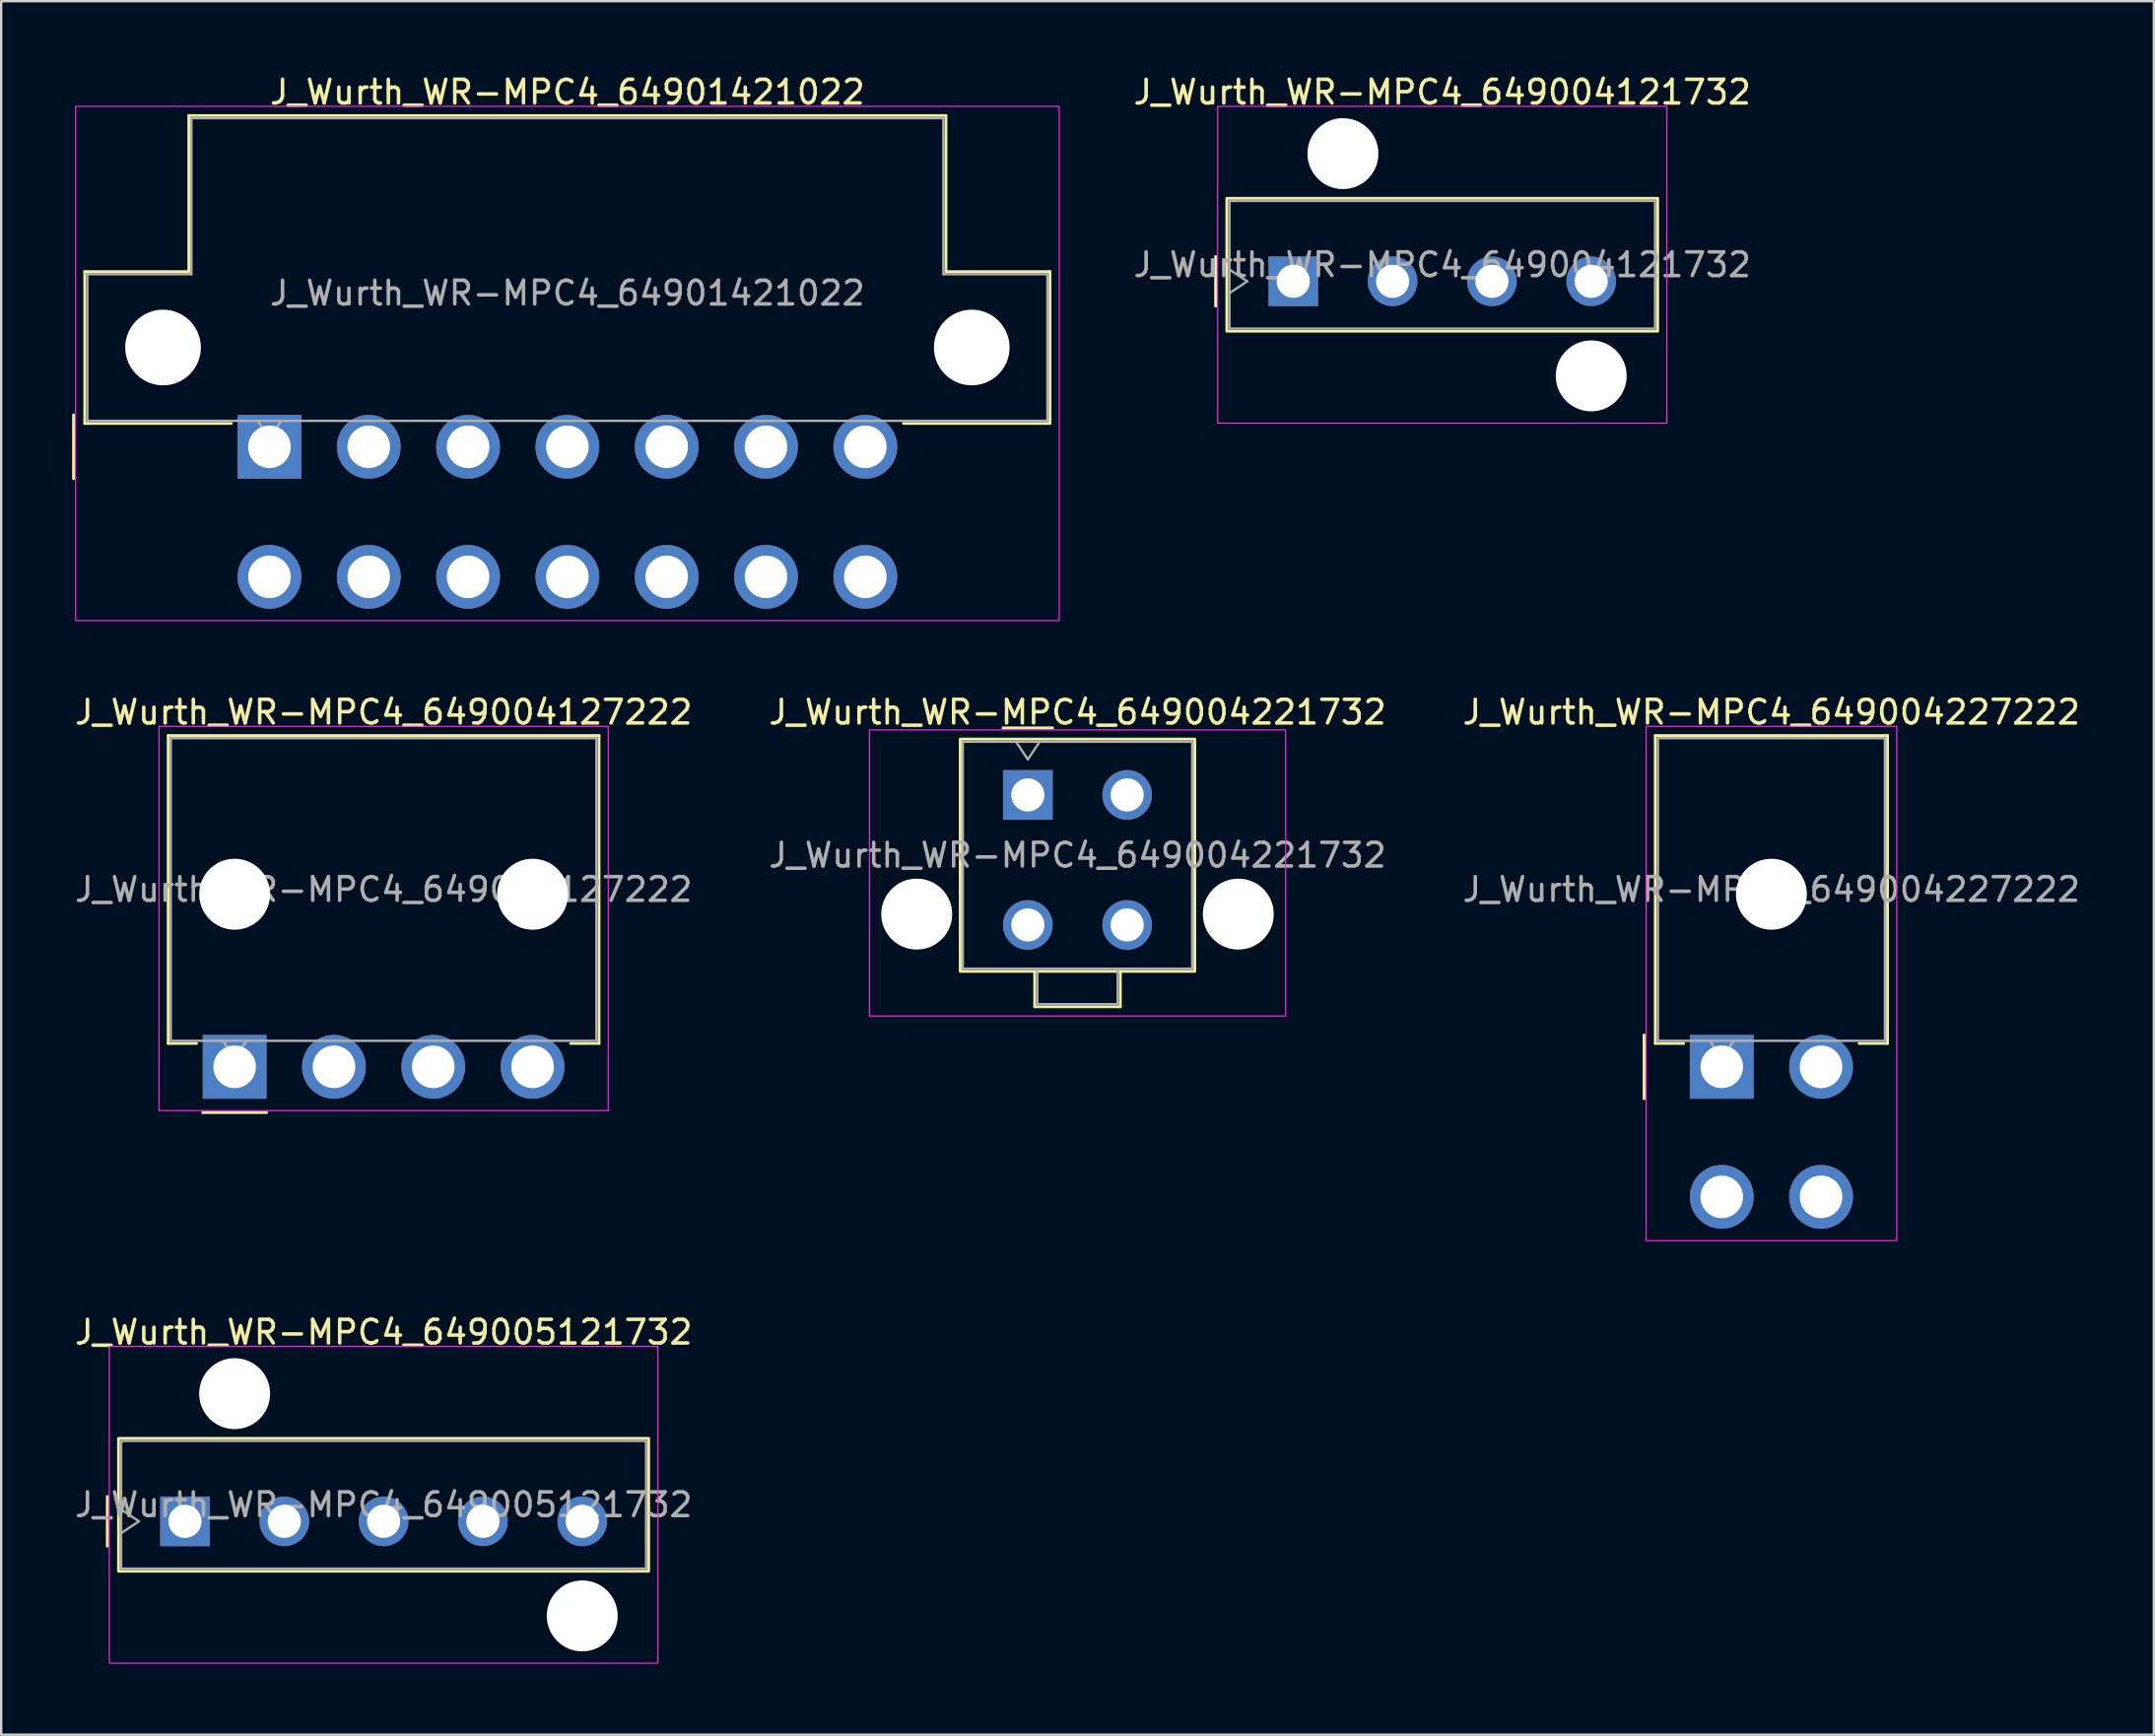
<source format=kicad_pcb>
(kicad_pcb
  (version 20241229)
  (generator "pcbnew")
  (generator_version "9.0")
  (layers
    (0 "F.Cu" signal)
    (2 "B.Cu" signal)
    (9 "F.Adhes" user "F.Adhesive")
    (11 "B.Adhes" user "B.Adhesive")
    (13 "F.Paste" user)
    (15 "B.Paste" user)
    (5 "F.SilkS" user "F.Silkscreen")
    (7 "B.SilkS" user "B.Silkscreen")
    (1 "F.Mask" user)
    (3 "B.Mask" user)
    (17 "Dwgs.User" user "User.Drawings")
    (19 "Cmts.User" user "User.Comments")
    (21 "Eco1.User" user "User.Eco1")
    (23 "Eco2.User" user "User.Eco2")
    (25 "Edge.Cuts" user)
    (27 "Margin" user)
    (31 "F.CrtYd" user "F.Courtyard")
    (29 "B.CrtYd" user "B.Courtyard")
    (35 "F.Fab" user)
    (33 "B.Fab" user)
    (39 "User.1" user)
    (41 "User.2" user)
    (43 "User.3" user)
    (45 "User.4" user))
  (footprint "J_Wurth_WR-MPC4_64901421022"
    (layer "F.Cu")
    (at 8.345 15.848)
    (property "Reference" "J_Wurth_WR-MPC4_64901421022" (at 12.6 -15 0) (unlocked yes) (layer "F.SilkS") (effects (font (size 1 1) (thickness 0.15))))
    (attr through_hole)
    (fp_line (start -8.285 -1.35) (end -8.285 1.35) (stroke (width 0.12) (type solid)) (layer "F.SilkS"))
    (fp_line (start -7.81 -7.41) (end -3.41 -7.41) (stroke (width 0.12) (type default)) (layer "F.SilkS"))
    (fp_line (start -7.81 -0.99) (end -7.81 -7.41) (stroke (width 0.12) (type default)) (layer "F.SilkS"))
    (fp_line (start -7.81 -0.99) (end -1.61 -0.99) (stroke (width 0.12) (type solid)) (layer "F.SilkS"))
    (fp_line (start -3.41 -14.01) (end -3.41 -7.41) (stroke (width 0.12) (type solid)) (layer "F.SilkS"))
    (fp_line (start 26.81 -0.99) (end 33.01 -0.99) (stroke (width 0.12) (type solid)) (layer "F.SilkS"))
    (fp_line (start 28.61 -14.01) (end -3.41 -14.01) (stroke (width 0.12) (type solid)) (layer "F.SilkS"))
    (fp_line (start 28.61 -7.41) (end 28.61 -14.01) (stroke (width 0.12) (type solid)) (layer "F.SilkS"))
    (fp_line (start 33.01 -7.41) (end 28.61 -7.41) (stroke (width 0.12) (type default)) (layer "F.SilkS"))
    (fp_line (start 33.01 -0.99) (end 33.01 -7.41) (stroke (width 0.12) (type default)) (layer "F.SilkS"))
    (fp_rect (start -8.2 -14.4) (end 33.4 7.35) (stroke (width 0.05) (type solid)) (fill no) (layer "F.CrtYd"))
    (fp_line (start -7.7 -1.1) (end -7.7 -7.3) (stroke (width 0.1) (type default)) (layer "F.Fab"))
    (fp_line (start -7.7 -1.1) (end 32.9 -1.1) (stroke (width 0.1) (type solid)) (layer "F.Fab"))
    (fp_line (start -3.3 -13.9) (end -3.3 -7.3) (stroke (width 0.1) (type solid)) (layer "F.Fab"))
    (fp_line (start -3.3 -7.3) (end -7.7 -7.3) (stroke (width 0.1) (type default)) (layer "F.Fab"))
    (fp_line (start 0 -0.35) (end -0.5 -1.1) (stroke (width 0.1) (type solid)) (layer "F.Fab"))
    (fp_line (start 0 -0.35) (end 0.5 -1.1) (stroke (width 0.1) (type solid)) (layer "F.Fab"))
    (fp_line (start 28.5 -13.9) (end -3.3 -13.9) (stroke (width 0.1) (type default)) (layer "F.Fab"))
    (fp_line (start 28.5 -7.3) (end 28.5 -13.9) (stroke (width 0.1) (type solid)) (layer "F.Fab"))
    (fp_line (start 28.5 -7.3) (end 32.9 -7.3) (stroke (width 0.1) (type default)) (layer "F.Fab"))
    (fp_line (start 32.9 -1.1) (end 32.9 -7.3) (stroke (width 0.1) (type default)) (layer "F.Fab"))
    (fp_text user "${REFERENCE}" (at 12.6 -6.5 0) (unlocked yes) (layer "F.Fab") (effects (font (size 1 1) (thickness 0.15))))
    (pad "" np_thru_hole circle (at -4.5 -4.2) (size 3.2 3.2) (drill 3.2) (layers "*.Cu" "*.Mask"))
    (pad "" np_thru_hole circle (at 29.7 -4.2) (size 3.2 3.2) (drill 3.2) (layers "*.Cu" "*.Mask"))
    (pad "1" thru_hole rect (at 0 0 180) (size 2.7 2.7) (drill 1.8) (layers "*.Cu" "*.Mask"))
    (pad "2" thru_hole circle (at 4.2 0 180) (size 2.7 2.7) (drill 1.8) (layers "*.Cu" "*.Mask"))
    (pad "3" thru_hole circle (at 8.4 0 180) (size 2.7 2.7) (drill 1.8) (layers "*.Cu" "*.Mask"))
    (pad "4" thru_hole circle (at 12.6 0 180) (size 2.7 2.7) (drill 1.8) (layers "*.Cu" "*.Mask"))
    (pad "5" thru_hole circle (at 16.8 0 180) (size 2.7 2.7) (drill 1.8) (layers "*.Cu" "*.Mask"))
    (pad "6" thru_hole circle (at 21 0 180) (size 2.7 2.7) (drill 1.8) (layers "*.Cu" "*.Mask"))
    (pad "7" thru_hole circle (at 25.2 0 180) (size 2.7 2.7) (drill 1.8) (layers "*.Cu" "*.Mask"))
    (pad "8" thru_hole circle (at 0 5.5 180) (size 2.7 2.7) (drill 1.8) (layers "*.Cu" "*.Mask"))
    (pad "9" thru_hole circle (at 4.2 5.5 180) (size 2.7 2.7) (drill 1.8) (layers "*.Cu" "*.Mask"))
    (pad "10" thru_hole circle (at 8.4 5.5 180) (size 2.7 2.7) (drill 1.8) (layers "*.Cu" "*.Mask"))
    (pad "11" thru_hole circle (at 12.6 5.5 180) (size 2.7 2.7) (drill 1.8) (layers "*.Cu" "*.Mask"))
    (pad "12" thru_hole circle (at 16.8 5.5 180) (size 2.7 2.7) (drill 1.8) (layers "*.Cu" "*.Mask"))
    (pad "13" thru_hole circle (at 21 5.5 180) (size 2.7 2.7) (drill 1.8) (layers "*.Cu" "*.Mask"))
    (pad "14" thru_hole circle (at 25.2 5.5 180) (size 2.7 2.7) (drill 1.8) (layers "*.Cu" "*.Mask")))
  (footprint "J_Wurth_WR-MPC4_649004221732"
    (layer "F.Cu")
    (at 40.418 30.572)
    (property "Reference" "J_Wurth_WR-MPC4_649004221732" (at 2.1 -3.5 0) (unlocked yes) (layer "F.SilkS") (effects (font (size 1 1) (thickness 0.15))))
    (attr through_hole)
    (fp_line (start 0.29 8.96) (end 0.29 7.46) (stroke (width 0.12) (type default)) (layer "F.SilkS"))
    (fp_line (start 1.05 -2.835) (end -1.05 -2.835) (stroke (width 0.12) (type solid)) (layer "F.SilkS"))
    (fp_line (start 3.91 7.46) (end 3.91 8.96) (stroke (width 0.12) (type default)) (layer "F.SilkS"))
    (fp_line (start 3.91 8.96) (end 0.29 8.96) (stroke (width 0.12) (type solid)) (layer "F.SilkS"))
    (fp_rect (start -2.86 -2.36) (end 7.06 7.46) (stroke (width 0.12) (type solid)) (fill no) (layer "F.SilkS"))
    (fp_rect (start -6.7 -2.75) (end 10.9 9.35) (stroke (width 0.05) (type solid)) (fill no) (layer "F.CrtYd"))
    (fp_line (start 0 -1.5) (end -0.5 -2.25) (stroke (width 0.1) (type solid)) (layer "F.Fab"))
    (fp_line (start 0 -1.5) (end 0.5 -2.25) (stroke (width 0.1) (type solid)) (layer "F.Fab"))
    (fp_rect (start -2.75 -2.25) (end 6.95 7.35) (stroke (width 0.1) (type solid)) (fill no) (layer "F.Fab"))
    (fp_rect (start 0.4 7.35) (end 3.8 8.85) (stroke (width 0.1) (type solid)) (fill no) (layer "F.Fab"))
    (fp_text user "${REFERENCE}" (at 2.1 2.55 0) (unlocked yes) (layer "F.Fab") (effects (font (size 1 1) (thickness 0.15))))
    (pad "" np_thru_hole circle (at -4.7 5.04 180) (size 3 3) (drill 3) (layers "*.Cu" "*.Mask"))
    (pad "" np_thru_hole circle (at 8.9 5.04 180) (size 3 3) (drill 3) (layers "*.Cu" "*.Mask"))
    (pad "1" thru_hole rect (at 0 0 180) (size 2.1 2.1) (drill 1.4) (layers "*.Cu" "*.Mask"))
    (pad "2" thru_hole circle (at 4.2 0 180) (size 2.1 2.1) (drill 1.4) (layers "*.Cu" "*.Mask"))
    (pad "3" thru_hole circle (at 0 5.5 180) (size 2.1 2.1) (drill 1.4) (layers "*.Cu" "*.Mask"))
    (pad "4" thru_hole circle (at 4.2 5.5 180) (size 2.1 2.1) (drill 1.4) (layers "*.Cu" "*.Mask")))
  (footprint "J_Wurth_WR-MPC4_649004227222"
    (layer "F.Cu")
    (at 69.763 42.072)
    (property "Reference" "J_Wurth_WR-MPC4_649004227222" (at 2.1 -15 0) (unlocked yes) (layer "F.SilkS") (effects (font (size 1 1) (thickness 0.15))))
    (attr through_hole)
    (fp_line (start -3.285 -1.35) (end -3.285 1.35) (stroke (width 0.12) (type solid)) (layer "F.SilkS"))
    (fp_line (start -2.81 -14.01) (end 7.01 -14.01) (stroke (width 0.12) (type default)) (layer "F.SilkS"))
    (fp_line (start -2.81 -0.99) (end -2.81 -14.01) (stroke (width 0.12) (type default)) (layer "F.SilkS"))
    (fp_line (start -1.61 -0.99) (end -2.81 -0.99) (stroke (width 0.12) (type solid)) (layer "F.SilkS"))
    (fp_line (start 7.01 -14.01) (end 7.01 -0.99) (stroke (width 0.12) (type solid)) (layer "F.SilkS"))
    (fp_line (start 7.01 -0.99) (end 5.81 -0.99) (stroke (width 0.12) (type solid)) (layer "F.SilkS"))
    (fp_rect (start -3.2 -14.4) (end 7.4 7.35) (stroke (width 0.05) (type solid)) (fill no) (layer "F.CrtYd"))
    (fp_line (start 0 -0.35) (end -0.5 -1.1) (stroke (width 0.1) (type solid)) (layer "F.Fab"))
    (fp_line (start 0 -0.35) (end 0.5 -1.1) (stroke (width 0.1) (type solid)) (layer "F.Fab"))
    (fp_rect (start -2.7 -13.9) (end 6.9 -1.1) (stroke (width 0.1) (type solid)) (fill no) (layer "F.Fab"))
    (fp_text user "${REFERENCE}" (at 2.1 -7.5 0) (unlocked yes) (layer "F.Fab") (effects (font (size 1 1) (thickness 0.15))))
    (pad "" np_thru_hole circle (at 2.1 -7.3) (size 3 3) (drill 3) (layers "*.Cu" "*.Mask"))
    (pad "1" thru_hole rect (at 0 0 180) (size 2.7 2.7) (drill 1.8) (layers "*.Cu" "*.Mask"))
    (pad "2" thru_hole circle (at 4.2 0 180) (size 2.7 2.7) (drill 1.8) (layers "*.Cu" "*.Mask"))
    (pad "3" thru_hole circle (at 0 5.5 180) (size 2.7 2.7) (drill 1.8) (layers "*.Cu" "*.Mask"))
    (pad "4" thru_hole circle (at 4.2 5.5 180) (size 2.7 2.7) (drill 1.8) (layers "*.Cu" "*.Mask")))
  (footprint "J_Wurth_WR-MPC4_649004121732"
    (layer "F.Cu")
    (at 51.643 8.848)
    (property "Reference" "J_Wurth_WR-MPC4_649004121732" (at 6.3 -8 0) (unlocked yes) (layer "F.SilkS") (effects (font (size 1 1) (thickness 0.15))))
    (attr through_hole)
    (fp_line (start -3.285 -1.05) (end -3.285 1.05) (stroke (width 0.12) (type solid)) (layer "F.SilkS"))
    (fp_rect (start -2.81 -3.51) (end 15.41 2.11) (stroke (width 0.12) (type solid)) (fill no) (layer "F.SilkS"))
    (fp_rect (start -3.2 -7.4) (end 15.8 6) (stroke (width 0.05) (type solid)) (fill no) (layer "F.CrtYd"))
    (fp_line (start -1.95 0) (end -2.7 -0.5) (stroke (width 0.1) (type solid)) (layer "F.Fab"))
    (fp_line (start -1.95 0) (end -2.7 0.5) (stroke (width 0.1) (type solid)) (layer "F.Fab"))
    (fp_rect (start -2.7 -3.4) (end 15.3 2) (stroke (width 0.1) (type solid)) (fill no) (layer "F.Fab"))
    (fp_text user "${REFERENCE}" (at 6.3 -0.7 0) (unlocked yes) (layer "F.Fab") (effects (font (size 1 1) (thickness 0.15))))
    (pad "" np_thru_hole circle (at 2.1 -5.4) (size 3 3) (drill 3) (layers "*.Cu" "*.Mask"))
    (pad "" np_thru_hole circle (at 12.6 4) (size 3 3) (drill 3) (layers "*.Cu" "*.Mask"))
    (pad "1" thru_hole rect (at 0 0) (size 2.1 2.1) (drill 1.4) (layers "*.Cu" "*.Mask"))
    (pad "2" thru_hole circle (at 4.2 0) (size 2.1 2.1) (drill 1.4) (layers "*.Cu" "*.Mask"))
    (pad "3" thru_hole circle (at 8.4 0) (size 2.1 2.1) (drill 1.4) (layers "*.Cu" "*.Mask"))
    (pad "4" thru_hole circle (at 12.6 0) (size 2.1 2.1) (drill 1.4) (layers "*.Cu" "*.Mask")))
  (footprint "J_Wurth_WR-MPC4_649004127222"
    (layer "F.Cu")
    (at 6.873 42.072)
    (property "Reference" "J_Wurth_WR-MPC4_649004127222" (at 6.3 -15 0) (unlocked yes) (layer "F.SilkS") (effects (font (size 1 1) (thickness 0.15))))
    (attr through_hole)
    (fp_line (start -2.81 -14.01) (end 15.41 -14.01) (stroke (width 0.12) (type default)) (layer "F.SilkS"))
    (fp_line (start -2.81 -0.99) (end -2.81 -14.01) (stroke (width 0.12) (type default)) (layer "F.SilkS"))
    (fp_line (start -1.61 -0.99) (end -2.81 -0.99) (stroke (width 0.12) (type solid)) (layer "F.SilkS"))
    (fp_line (start -1.35 1.935) (end 1.35 1.935) (stroke (width 0.12) (type solid)) (layer "F.SilkS"))
    (fp_line (start 15.41 -14.01) (end 15.41 -0.99) (stroke (width 0.12) (type default)) (layer "F.SilkS"))
    (fp_line (start 15.41 -0.99) (end 14.21 -0.99) (stroke (width 0.12) (type solid)) (layer "F.SilkS"))
    (fp_rect (start -3.2 -14.4) (end 15.8 1.85) (stroke (width 0.05) (type solid)) (fill no) (layer "F.CrtYd"))
    (fp_line (start 0 -0.35) (end -0.5 -1.1) (stroke (width 0.1) (type solid)) (layer "F.Fab"))
    (fp_line (start 0 -0.35) (end 0.5 -1.1) (stroke (width 0.1) (type solid)) (layer "F.Fab"))
    (fp_rect (start -2.7 -13.9) (end 15.3 -1.1) (stroke (width 0.1) (type solid)) (fill no) (layer "F.Fab"))
    (fp_text user "${REFERENCE}" (at 6.3 -7.5 0) (unlocked yes) (layer "F.Fab") (effects (font (size 1 1) (thickness 0.15))))
    (pad "" np_thru_hole circle (at 0 -7.3) (size 3 3) (drill 3) (layers "*.Cu" "*.Mask"))
    (pad "" np_thru_hole circle (at 12.6 -7.3) (size 3 3) (drill 3) (layers "*.Cu" "*.Mask"))
    (pad "1" thru_hole rect (at 0 0 180) (size 2.7 2.7) (drill 1.8) (layers "*.Cu" "*.Mask"))
    (pad "2" thru_hole circle (at 4.2 0 180) (size 2.7 2.7) (drill 1.8) (layers "*.Cu" "*.Mask"))
    (pad "3" thru_hole circle (at 8.4 0 180) (size 2.7 2.7) (drill 1.8) (layers "*.Cu" "*.Mask"))
    (pad "4" thru_hole circle (at 12.6 0 180) (size 2.7 2.7) (drill 1.8) (layers "*.Cu" "*.Mask")))
  (footprint "J_Wurth_WR-MPC4_649005121732"
    (layer "F.Cu")
    (at 4.773 61.295)
    (property "Reference" "J_Wurth_WR-MPC4_649005121732" (at 8.4 -8 0) (unlocked yes) (layer "F.SilkS") (effects (font (size 1 1) (thickness 0.15))))
    (attr through_hole)
    (fp_line (start -3.285 -1.05) (end -3.285 1.05) (stroke (width 0.12) (type solid)) (layer "F.SilkS"))
    (fp_rect (start -2.81 -3.51) (end 19.61 2.11) (stroke (width 0.12) (type solid)) (fill no) (layer "F.SilkS"))
    (fp_rect (start -3.2 -7.4) (end 20 6) (stroke (width 0.05) (type solid)) (fill no) (layer "F.CrtYd"))
    (fp_line (start -1.95 0) (end -2.7 -0.5) (stroke (width 0.1) (type solid)) (layer "F.Fab"))
    (fp_line (start -1.95 0) (end -2.7 0.5) (stroke (width 0.1) (type solid)) (layer "F.Fab"))
    (fp_rect (start -2.7 -3.4) (end 19.5 2) (stroke (width 0.1) (type solid)) (fill no) (layer "F.Fab"))
    (fp_text user "${REFERENCE}" (at 8.4 -0.7 0) (unlocked yes) (layer "F.Fab") (effects (font (size 1 1) (thickness 0.15))))
    (pad "" np_thru_hole circle (at 2.1 -5.4) (size 3 3) (drill 3) (layers "*.Cu" "*.Mask"))
    (pad "" np_thru_hole circle (at 16.8 4) (size 3 3) (drill 3) (layers "*.Cu" "*.Mask"))
    (pad "1" thru_hole rect (at 0 0) (size 2.1 2.1) (drill 1.4) (layers "*.Cu" "*.Mask"))
    (pad "2" thru_hole circle (at 4.2 0) (size 2.1 2.1) (drill 1.4) (layers "*.Cu" "*.Mask"))
    (pad "3" thru_hole circle (at 8.4 0) (size 2.1 2.1) (drill 1.4) (layers "*.Cu" "*.Mask"))
    (pad "4" thru_hole circle (at 12.6 0) (size 2.1 2.1) (drill 1.4) (layers "*.Cu" "*.Mask"))
    (pad "5" thru_hole circle (at 16.8 0) (size 2.1 2.1) (drill 1.4) (layers "*.Cu" "*.Mask")))
  (gr_rect
    (start -3 -3)
    (end 88.036 70.32)
    (stroke (width 0.1) (type default))
    (fill no)
    (layer "Edge.Cuts")))
</source>
